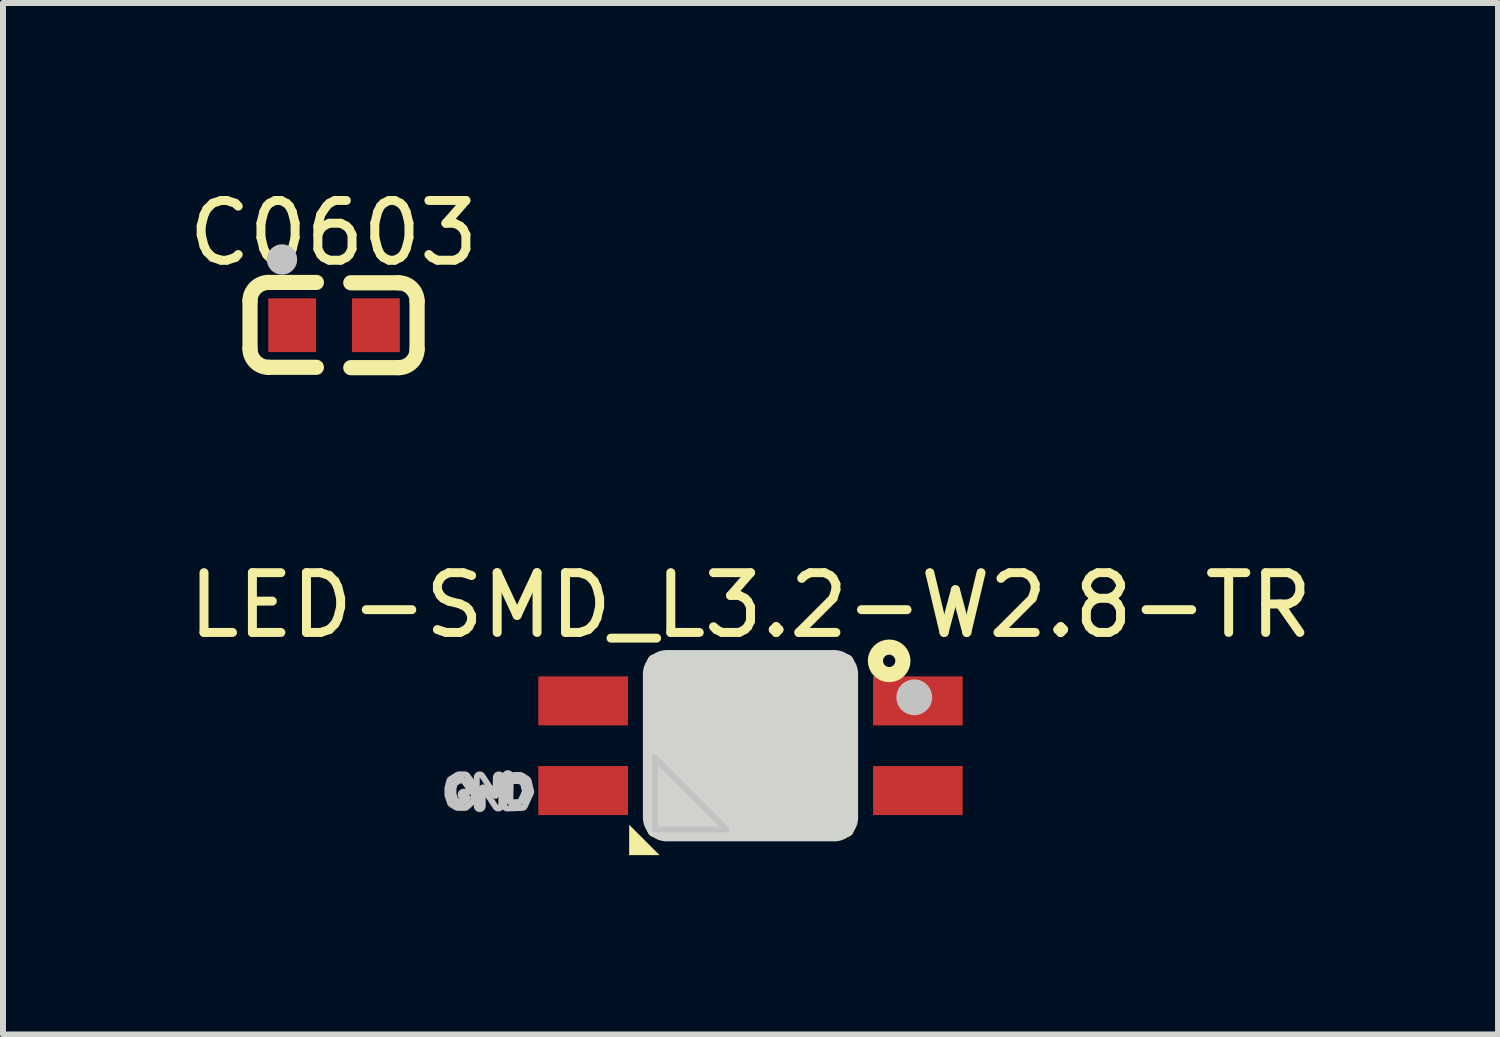
<source format=kicad_pcb>
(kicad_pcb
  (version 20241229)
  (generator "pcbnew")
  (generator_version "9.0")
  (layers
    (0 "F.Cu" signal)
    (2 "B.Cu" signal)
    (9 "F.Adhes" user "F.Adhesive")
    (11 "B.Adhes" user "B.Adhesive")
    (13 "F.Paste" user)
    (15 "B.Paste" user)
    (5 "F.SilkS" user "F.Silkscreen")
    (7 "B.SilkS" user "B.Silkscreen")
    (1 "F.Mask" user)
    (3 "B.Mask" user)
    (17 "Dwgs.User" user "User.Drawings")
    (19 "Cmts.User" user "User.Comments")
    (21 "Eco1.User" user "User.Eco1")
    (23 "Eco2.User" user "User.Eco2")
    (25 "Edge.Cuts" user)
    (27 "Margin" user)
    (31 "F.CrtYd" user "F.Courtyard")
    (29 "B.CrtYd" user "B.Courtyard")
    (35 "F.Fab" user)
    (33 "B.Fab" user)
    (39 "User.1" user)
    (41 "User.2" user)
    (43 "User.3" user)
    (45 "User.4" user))
  (footprint "C0603"
    (layer "F.Cu")
    (at 2.538 2.391)
    (property "Reference" "C0603" (at -0.008 -1.542 0) (layer "F.SilkS") (effects (font (size 1 1) (thickness 0.15))))
    (fp_line (start -1.405 -0.406) (end -1.405 0.395) (stroke (width 0.254) (type default)) (layer "F.SilkS"))
    (fp_line (start -0.295 -0.716) (end -1.095 -0.716) (stroke (width 0.254) (type default)) (layer "F.SilkS"))
    (fp_line (start -0.295 0.704) (end -1.095 0.704) (stroke (width 0.254) (type default)) (layer "F.SilkS"))
    (fp_line (start 0.281 -0.71) (end 1.08 -0.71) (stroke (width 0.254) (type default)) (layer "F.SilkS"))
    (fp_line (start 0.281 0.71) (end 1.08 0.71) (stroke (width 0.254) (type default)) (layer "F.SilkS"))
    (fp_line (start 1.39 -0.4) (end 1.39 0.401) (stroke (width 0.254) (type default)) (layer "F.SilkS"))
    (fp_arc (start -1.4055 -0.4055) (mid -1.314703 -0.624703) (end -1.0955 -0.7155) (stroke (width 0.254) (type default)) (layer "F.SilkS"))
    (fp_arc (start -1.0955 0.704) (mid -1.31435 0.61335) (end -1.4055 0.3945) (stroke (width 0.254) (type default)) (layer "F.SilkS"))
    (fp_arc (start 1.08 -0.7095) (mid 1.29885 -0.61885) (end 1.39 -0.4) (stroke (width 0.254) (type default)) (layer "F.SilkS"))
    (fp_arc (start 1.39 0.4) (mid 1.299203 0.619203) (end 1.08 0.71) (stroke (width 0.254) (type default)) (layer "F.SilkS"))
    (fp_circle (center -0.87 -1.1) (end -0.743 -1.1) (stroke (width 0.254) (type default)) (fill no) (layer "Dwgs.User"))
    (fp_poly (pts (xy -0.8 0.4) (xy -0.8 -0.4) (xy -0.5 -0.4) (xy -0.5 0.4)) (stroke (width 0.1) (type default)) (fill no) (layer "User.1"))
    (fp_poly (pts (xy 0.8 0.4) (xy 0.8 -0.4) (xy 0.5 -0.4) (xy 0.5 0.4)) (stroke (width 0.1) (type default)) (fill no) (layer "User.1"))
    (fp_line (start -0.8 -0.4) (end 0.8 -0.4) (stroke (width 0.051) (type default)) (layer "User.2"))
    (fp_line (start -0.8 0.4) (end -0.8 -0.4) (stroke (width 0.051) (type default)) (layer "User.2"))
    (fp_line (start 0.8 -0.4) (end 0.8 0.4) (stroke (width 0.051) (type default)) (layer "User.2"))
    (fp_line (start 0.8 0.4) (end -0.8 0.4) (stroke (width 0.051) (type default)) (layer "User.2"))
    (fp_poly (pts (xy 1.13 -0.43) (xy 1.112 -0.472) (xy 1.07 -0.49) (xy 1.028 -0.472) (xy 1.01 -0.43) (xy 1.028 -0.388) (xy 1.07 -0.37) (xy 1.112 -0.388)) (stroke (width 0.1) (type default)) (fill no) (layer "User.3"))
    (pad "1" smd rect (at -0.7 0) (size 0.8 0.9) (layers "F.Cu" "F.Mask" "F.Paste"))
    (pad "2" smd rect (at 0.7 0) (size 0.8 0.9) (layers "F.Cu" "F.Mask" "F.Paste")))
  (footprint "LED-SMD_L3.2-W2.8-TR"
    (layer "F.Cu")
    (at 9.506 9.426)
    (property "Reference" "LED-SMD_L3.2-W2.8-TR" (at 0 -2.35 0) (layer "F.SilkS") (effects (font (size 1 1) (thickness 0.15))))
    (fp_line (start -1.6 -1.4) (end -1.6 -1.274) (stroke (width 0.254) (type default)) (layer "F.SilkS"))
    (fp_line (start -1.6 -1.4) (end 1.6 -1.4) (stroke (width 0.254) (type default)) (layer "F.SilkS"))
    (fp_line (start -1.6 -0.227) (end -1.6 0.227) (stroke (width 0.254) (type default)) (layer "F.SilkS"))
    (fp_line (start -1.6 1.274) (end -1.6 1.4) (stroke (width 0.254) (type default)) (layer "F.SilkS"))
    (fp_line (start -1.6 1.4) (end 1.6 1.4) (stroke (width 0.254) (type default)) (layer "F.SilkS"))
    (fp_line (start 1.6 -1.4) (end 1.6 -1.274) (stroke (width 0.254) (type default)) (layer "F.SilkS"))
    (fp_line (start 1.6 -0.227) (end 1.6 0.227) (stroke (width 0.254) (type default)) (layer "F.SilkS"))
    (fp_line (start 1.6 1.274) (end 1.6 1.4) (stroke (width 0.254) (type default)) (layer "F.SilkS"))
    (fp_circle (center 0 0) (end 0.992 0) (stroke (width 0.254) (type default)) (fill no) (layer "F.SilkS"))
    (fp_circle (center 2.32 -1.42) (end 2.423 -1.42) (stroke (width 0.254) (type default)) (fill no) (layer "F.SilkS"))
    (fp_poly (pts (xy -2.03 1.83) (xy -2.03 1.322) (xy -1.522 1.83)) (stroke (width 0) (type default)) (fill yes) (layer "F.SilkS"))
    (fp_circle (center 2.74 -0.81) (end 2.89 -0.81) (stroke (width 0.3) (type default)) (fill no) (layer "Dwgs.User"))
    (fp_poly (pts (xy -1.6 1.4) (xy -0.4 1.4) (xy -1.6 0.2)) (stroke (width 0.1) (type default)) (fill no) (layer "Dwgs.User"))
    (fp_poly (pts (arc (start -4.48 1.01) (mid -4.53 1.06) (end -4.58 1.01)) (arc (start -4.58 0.53) (mid -4.544423 0.482125) (end -4.4885 0.5025)) (xy -4.266 0.839) (arc (start -4.26 0.529) (mid -4.209 0.480488) (end -4.16 0.531)) (arc (start -4.17 1.001) (mid -4.206054 1.048026) (end -4.2615 1.0275)) (xy -4.48 0.697)) (stroke (width 0.1) (type default)) (fill no) (layer "Dwgs.User"))
    (fp_poly (pts (arc (start -4.11 0.509) (mid -4.059 0.460488) (end -4.01 0.511)) (xy -4.019 0.948) (xy -3.853 0.942) (xy -3.772 0.765) (xy -3.804 0.63) (xy -3.865 0.59) (arc (start -3.95 0.59) (mid -3.99901 0.54) (end -3.95 0.49)) (xy -3.85 0.49) (xy -3.822 0.498) (arc (start -3.7325 0.5585) (mid -3.719171 0.571513) (end -3.7115 0.5885)) (arc (start -3.6715 0.7585) (mid -3.670381 0.77474) (end -3.6745 0.7905)) (arc (start -3.7745 1.0105) (mid -3.79208 1.031364) (end -3.818 1.04)) (arc (start -4.068 1.05) (mid -4.105028 1.035735) (end -4.12 0.999))) (stroke (width 0.1) (type default)) (fill no) (layer "Dwgs.User"))
    (fp_poly (pts (arc (start -4.65 0.62) (mid -4.66 0.69) (end -4.73 0.68)) (xy -4.805 0.58) (xy -4.865 0.58) (xy -4.947 0.632) (xy -4.97 0.717) (xy -4.97 0.812) (xy -4.938 0.907) (xy -4.886 0.94) (xy -4.799 0.94) (xy -4.73 0.877) (xy -4.73 0.87) (arc (start -4.8 0.87) (mid -4.84901 0.82) (end -4.8 0.77)) (arc (start -4.68 0.77) (mid -4.644645 0.784645) (end -4.63 0.82)) (arc (start -4.63 0.9) (mid -4.634295 0.920274) (end -4.6465 0.937)) (arc (start -4.7465 1.027) (mid -4.762049 1.036573) (end -4.78 1.04)) (xy -4.9 1.04) (xy -4.926 1.032) (arc (start -5.0065 0.9825) (mid -5.019286 0.971066) (end -5.0275 0.956)) (xy -5.067 0.836) (xy -5.07 0.82) (xy -5.07 0.71) (xy -5.068 0.697) (arc (start -5.038 0.587) (mid -5.030125 0.570623) (end -5.017 0.558)) (xy -4.907 0.488) (xy -4.88 0.48) (arc (start -4.78 0.48) (mid -4.757639 0.485279) (end -4.74 0.5))) (stroke (width 0.1) (type default)) (fill no) (layer "Dwgs.User"))
    (fp_poly (pts (arc (start 1.8 1.2005) (mid 1.682843 1.483343) (end 1.4 1.6005)) (xy 1.4 1.6) (xy -1.4 1.6) (arc (start -1.4065 1.6) (mid -1.684815 1.480719) (end -1.8 1.2005)) (xy -1.8 1.2) (arc (start -1.8 -1.2) (mid -1.682843 -1.482843) (end -1.4 -1.6)) (arc (start 1.4 -1.6) (mid 1.682843 -1.482843) (end 1.8 -1.2))) (stroke (width 0) (type default)) (fill yes) (layer "Edge.Cuts"))
    (fp_poly (pts (xy -1.54 -1.09) (xy -1.54 -0.41) (xy -2.94 -0.41) (xy -2.94 -1.09)) (stroke (width 0.1) (type default)) (fill no) (layer "User.1"))
    (fp_poly (pts (xy -1.54 0.41) (xy -1.54 1.09) (xy -2.94 1.09) (xy -2.94 0.41)) (stroke (width 0.1) (type default)) (fill no) (layer "User.1"))
    (fp_poly (pts (xy 2.94 -1.09) (xy 2.94 -0.41) (xy 1.54 -0.41) (xy 1.54 -1.09)) (stroke (width 0.1) (type default)) (fill no) (layer "User.1"))
    (fp_poly (pts (xy 2.94 0.41) (xy 2.94 1.09) (xy 1.54 1.09) (xy 1.54 0.41)) (stroke (width 0.1) (type default)) (fill no) (layer "User.1"))
    (fp_line (start -1.6 -1.4) (end 1.6 -1.4) (stroke (width 0.051) (type default)) (layer "User.2"))
    (fp_line (start -1.6 1.4) (end -1.6 -1.4) (stroke (width 0.051) (type default)) (layer "User.2"))
    (fp_line (start 1.6 -1.4) (end 1.6 1.4) (stroke (width 0.051) (type default)) (layer "User.2"))
    (fp_line (start 1.6 1.4) (end -1.6 1.4) (stroke (width 0.051) (type default)) (layer "User.2"))
    (fp_poly (pts (xy 3 -1.4) (xy 2.982 -1.442) (xy 2.94 -1.46) (xy 2.898 -1.442) (xy 2.88 -1.4) (xy 2.898 -1.358) (xy 2.94 -1.34) (xy 2.982 -1.358)) (stroke (width 0.1) (type default)) (fill no) (layer "User.3"))
    (pad "1" smd rect (at 2.8 -0.75 90) (size 0.82 1.5) (layers "F.Cu" "F.Mask" "F.Paste"))
    (pad "2" smd rect (at 2.8 0.75 90) (size 0.82 1.5) (layers "F.Cu" "F.Mask" "F.Paste"))
    (pad "3" smd rect (at -2.8 0.75 90) (size 0.82 1.5) (layers "F.Cu" "F.Mask" "F.Paste"))
    (pad "4" smd rect (at -2.8 -0.75 90) (size 0.82 1.5) (layers "F.Cu" "F.Mask" "F.Paste")))
  (gr_rect
    (start -3 -3)
    (end 22.012 14.256)
    (stroke (width 0.1) (type default))
    (fill no)
    (layer "Edge.Cuts")))
</source>
